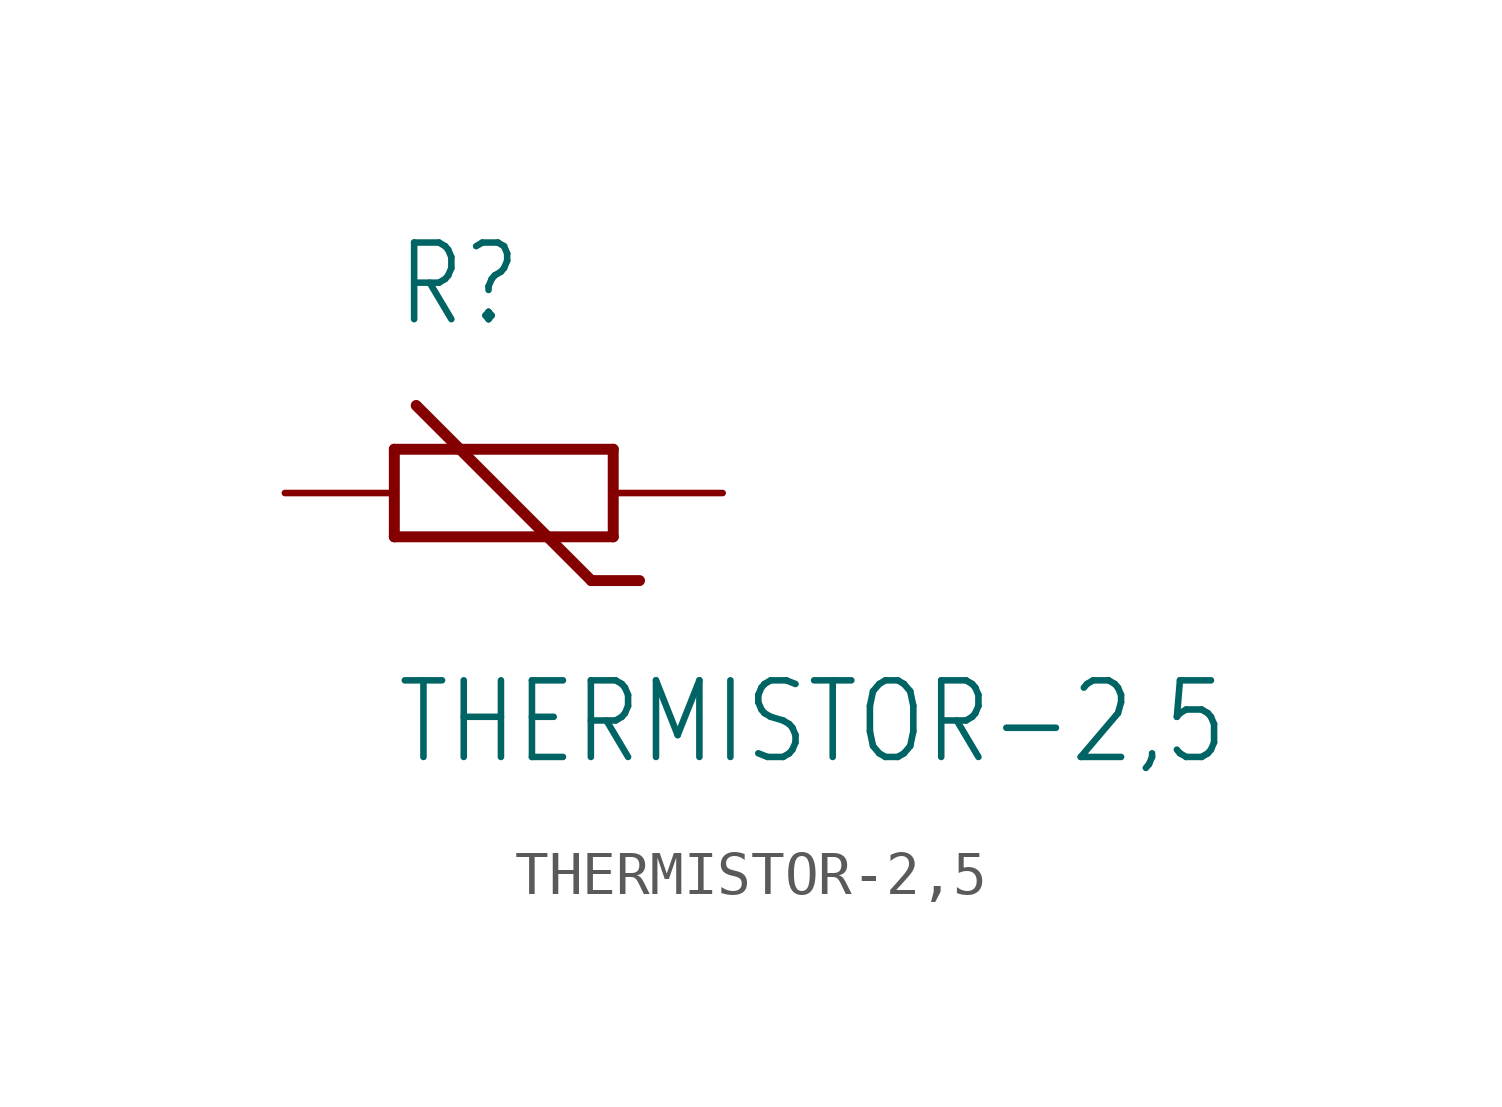
<source format=kicad_sym>
(kicad_symbol_lib
  (version 20211014)
  (generator kicad_symbol_editor)
  (symbol "THERMISTOR-2,5"
    (property "Reference" "R"
      (at -2.54 3.81 0)
      (effects (font (size 1.778 1.511)) (justify left bottom)))
    (property "Value" "THERMISTOR-2,5"
      (at -2.54 -6.35 0)
      (effects (font (size 1.778 1.511)) (justify left bottom)))
    (property "ki_locked" ""
      (at 0 0 0)
      (effects (font (size 1.27 1.27))))
    (symbol "THERMISTOR-2,5_1_0"
      (polyline (pts (xy -2.54 -1.016) (xy -2.54 1.016)) (stroke (width 0.254) (type default) (color 0 0 0 0)) (fill (type none)))
      (polyline (pts (xy -2.54 1.016) (xy 2.54 1.016)) (stroke (width 0.254) (type default) (color 0 0 0 0)) (fill (type none)))
      (polyline (pts (xy 2.032 -2.032) (xy -2.032 2.032)) (stroke (width 0.254) (type default) (color 0 0 0 0)) (fill (type none)))
      (polyline (pts (xy 2.54 -1.016) (xy -2.54 -1.016)) (stroke (width 0.254) (type default) (color 0 0 0 0)) (fill (type none)))
      (polyline (pts (xy 2.54 1.016) (xy 2.54 -1.016)) (stroke (width 0.254) (type default) (color 0 0 0 0)) (fill (type none)))
      (polyline (pts (xy 3.15 -2.032) (xy 2.032 -2.032)) (stroke (width 0.254) (type default) (color 0 0 0 0)) (fill (type none)))
      (pin passive line (at 5.08 0 180) (length 2.54) (name "1" (effects (font (size 0 0)))) (number "1" (effects (font (size 0 0)))))
      (pin passive line (at -5.08 0 0) (length 2.54) (name "2" (effects (font (size 0 0)))) (number "2" (effects (font (size 0 0))))))))
</source>
